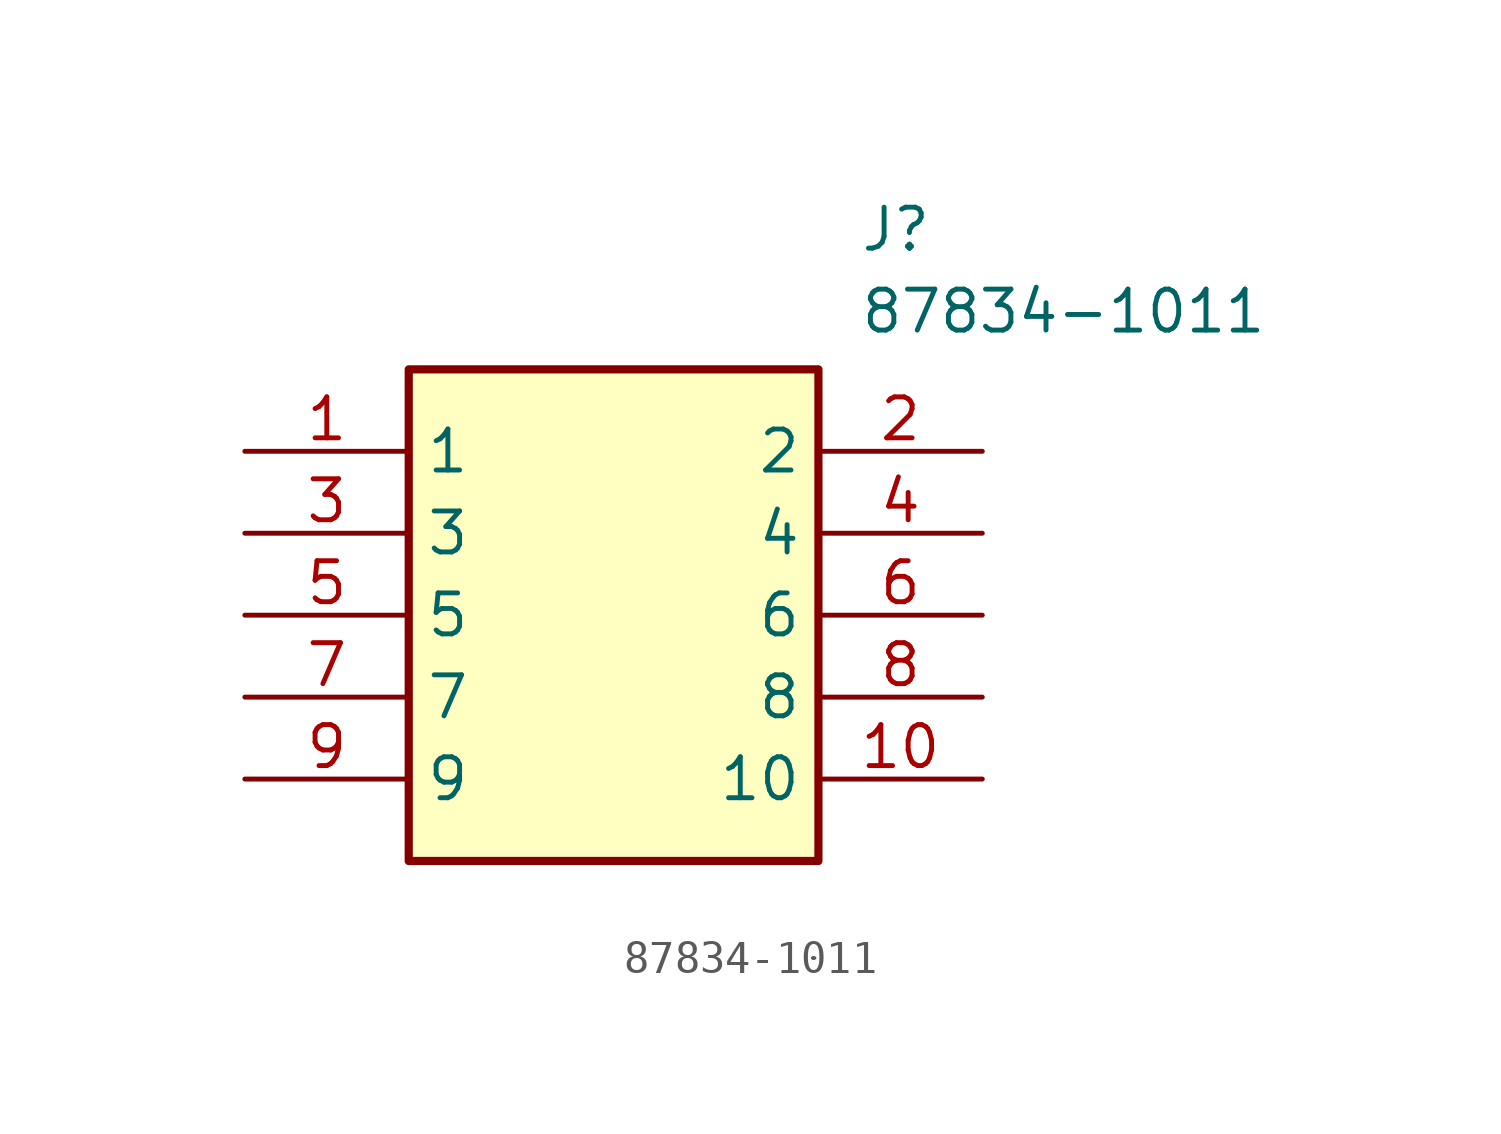
<source format=kicad_sym>
(kicad_symbol_lib
  (version 20211014)
  (generator SamacSys_ECAD_Model)
  (symbol "87834-1011"
    (property "Reference" "J"
      (at 19.05 7.62 0)
      (effects (font (size 1.27 1.27)) (justify left top)))
    (property "Value" "87834-1011"
      (at 19.05 5.08 0)
      (effects (font (size 1.27 1.27)) (justify left top)))
    (rectangle
      (start 5.08 2.54)
      (end 17.78 -12.7)
      (stroke (width 0.254) (type default))
      (fill (type background)))
    (pin passive line
      (at 0 0 0)
      (length 5.08)
      (name "1" (effects (font (size 1.27 1.27))))
      (number "1" (effects (font (size 1.27 1.27)))))
    (pin passive line
      (at 22.86 0 180)
      (length 5.08)
      (name "2" (effects (font (size 1.27 1.27))))
      (number "2" (effects (font (size 1.27 1.27)))))
    (pin passive line
      (at 0 -2.54 0)
      (length 5.08)
      (name "3" (effects (font (size 1.27 1.27))))
      (number "3" (effects (font (size 1.27 1.27)))))
    (pin passive line
      (at 22.86 -2.54 180)
      (length 5.08)
      (name "4" (effects (font (size 1.27 1.27))))
      (number "4" (effects (font (size 1.27 1.27)))))
    (pin passive line
      (at 0 -5.08 0)
      (length 5.08)
      (name "5" (effects (font (size 1.27 1.27))))
      (number "5" (effects (font (size 1.27 1.27)))))
    (pin passive line
      (at 22.86 -5.08 180)
      (length 5.08)
      (name "6" (effects (font (size 1.27 1.27))))
      (number "6" (effects (font (size 1.27 1.27)))))
    (pin passive line
      (at 0 -7.62 0)
      (length 5.08)
      (name "7" (effects (font (size 1.27 1.27))))
      (number "7" (effects (font (size 1.27 1.27)))))
    (pin passive line
      (at 22.86 -7.62 180)
      (length 5.08)
      (name "8" (effects (font (size 1.27 1.27))))
      (number "8" (effects (font (size 1.27 1.27)))))
    (pin passive line
      (at 0 -10.16 0)
      (length 5.08)
      (name "9" (effects (font (size 1.27 1.27))))
      (number "9" (effects (font (size 1.27 1.27)))))
    (pin passive line
      (at 22.86 -10.16 180)
      (length 5.08)
      (name "10" (effects (font (size 1.27 1.27))))
      (number "10" (effects (font (size 1.27 1.27)))))))
</source>
